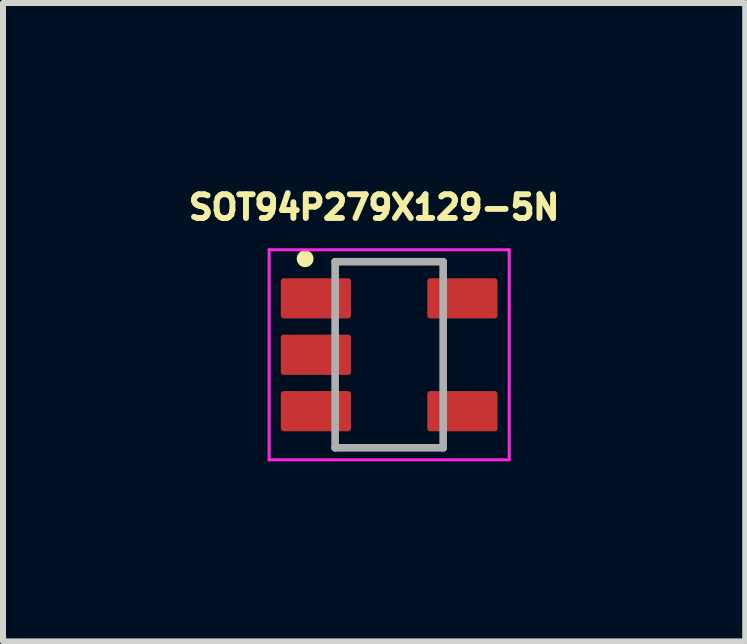
<source format=kicad_pcb>
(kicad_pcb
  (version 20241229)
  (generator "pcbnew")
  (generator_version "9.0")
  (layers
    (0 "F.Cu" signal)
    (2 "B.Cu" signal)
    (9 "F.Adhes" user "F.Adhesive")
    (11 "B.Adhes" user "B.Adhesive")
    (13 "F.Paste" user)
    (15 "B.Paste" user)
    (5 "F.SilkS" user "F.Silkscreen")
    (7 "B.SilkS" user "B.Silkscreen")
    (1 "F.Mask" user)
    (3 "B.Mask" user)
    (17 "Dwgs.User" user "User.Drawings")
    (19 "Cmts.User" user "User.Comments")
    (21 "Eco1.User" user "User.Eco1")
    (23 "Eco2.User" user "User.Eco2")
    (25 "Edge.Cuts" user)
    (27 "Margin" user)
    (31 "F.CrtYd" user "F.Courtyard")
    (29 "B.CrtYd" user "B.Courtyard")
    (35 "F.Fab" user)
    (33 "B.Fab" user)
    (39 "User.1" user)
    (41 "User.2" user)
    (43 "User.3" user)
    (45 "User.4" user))
  (footprint "SOT94P279X129-5N"
    (layer "F.Cu")
    (at 3.434 2.861)
    (property "Reference" "SOT94P279X129-5N" (at -0.251 -2.457 0) (layer "F.SilkS") (effects (font (size 0.395 0.395) (thickness 0.15))))
    (attr through_hole)
    (fp_circle (center -1.4 -1.6) (end -1.33 -1.6) (stroke (width 0.14) (type solid)) (fill no) (layer "F.SilkS"))
    (fp_line (start -2 -1.75) (end -2 1.75) (stroke (width 0.05) (type solid)) (layer "F.CrtYd"))
    (fp_line (start -2 1.75) (end 2 1.75) (stroke (width 0.05) (type solid)) (layer "F.CrtYd"))
    (fp_line (start 2 -1.75) (end -2 -1.75) (stroke (width 0.05) (type solid)) (layer "F.CrtYd"))
    (fp_line (start 2 1.75) (end 2 -1.75) (stroke (width 0.05) (type solid)) (layer "F.CrtYd"))
    (fp_line (start -0.9 -1.55) (end 0.9 -1.55) (stroke (width 0.127) (type solid)) (layer "F.Fab"))
    (fp_line (start -0.9 1.55) (end -0.9 -1.55) (stroke (width 0.127) (type solid)) (layer "F.Fab"))
    (fp_line (start 0.9 -1.55) (end 0.9 1.55) (stroke (width 0.127) (type solid)) (layer "F.Fab"))
    (fp_line (start 0.9 1.55) (end -0.9 1.55) (stroke (width 0.127) (type solid)) (layer "F.Fab"))
    (pad "1" smd roundrect (at -1.22 -0.94 270) (size 0.67 1.17) (layers "F.Cu" "F.Mask" "F.Paste") (roundrect_rratio 0.07))
    (pad "2" smd roundrect (at -1.22 0 270) (size 0.67 1.17) (layers "F.Cu" "F.Mask" "F.Paste") (roundrect_rratio 0.07))
    (pad "3" smd roundrect (at -1.22 0.94 270) (size 0.67 1.17) (layers "F.Cu" "F.Mask" "F.Paste") (roundrect_rratio 0.07))
    (pad "4" smd roundrect (at 1.22 0.94 270) (size 0.67 1.17) (layers "F.Cu" "F.Mask" "F.Paste") (roundrect_rratio 0.07))
    (pad "5" smd roundrect (at 1.22 -0.94 270) (size 0.67 1.17) (layers "F.Cu" "F.Mask" "F.Paste") (roundrect_rratio 0.07)))
  (gr_rect
    (start -3 -3)
    (end 9.366 7.636)
    (stroke (width 0.1) (type default))
    (fill no)
    (layer "Edge.Cuts")))
</source>
